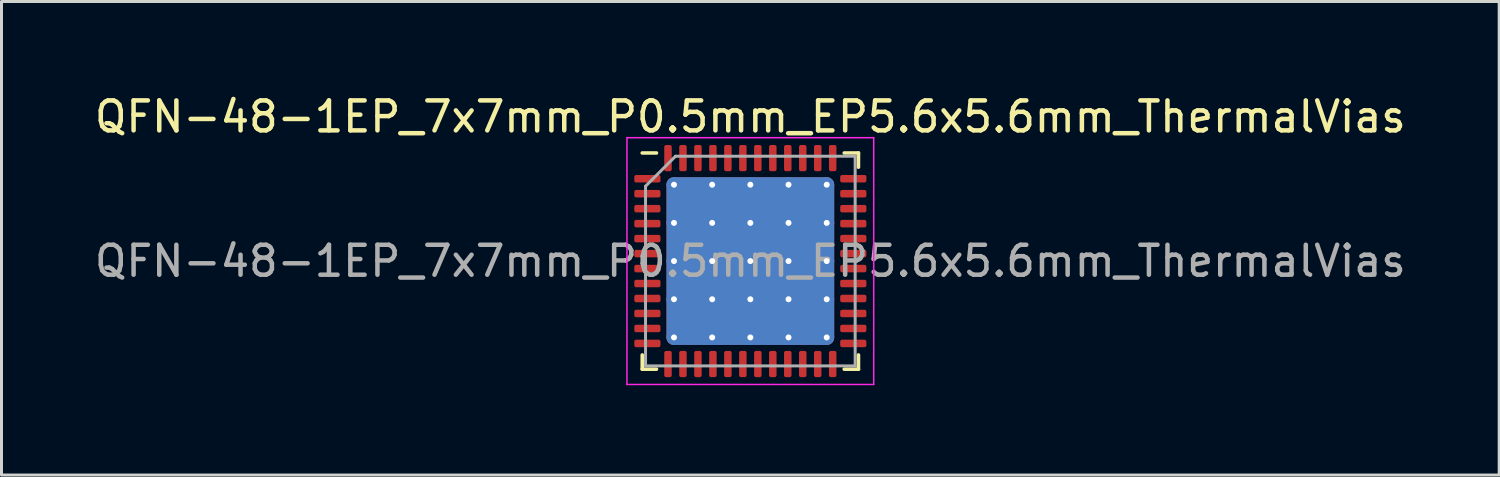
<source format=kicad_pcb>
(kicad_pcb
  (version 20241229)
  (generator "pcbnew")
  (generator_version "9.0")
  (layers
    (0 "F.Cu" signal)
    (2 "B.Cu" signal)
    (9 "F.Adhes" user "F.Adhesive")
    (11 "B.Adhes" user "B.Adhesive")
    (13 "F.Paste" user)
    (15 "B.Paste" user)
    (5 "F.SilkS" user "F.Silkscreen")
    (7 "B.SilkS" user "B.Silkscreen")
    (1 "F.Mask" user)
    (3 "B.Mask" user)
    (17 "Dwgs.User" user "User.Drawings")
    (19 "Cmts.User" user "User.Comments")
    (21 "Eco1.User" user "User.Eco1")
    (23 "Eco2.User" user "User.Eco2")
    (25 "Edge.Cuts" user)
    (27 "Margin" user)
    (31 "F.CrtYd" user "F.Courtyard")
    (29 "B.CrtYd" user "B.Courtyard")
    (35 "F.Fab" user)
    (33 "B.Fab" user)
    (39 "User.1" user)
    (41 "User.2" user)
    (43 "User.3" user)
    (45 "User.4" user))
  (footprint "QFN-48-1EP_7x7mm_P0.5mm_EP5.6x5.6mm_ThermalVias"
    (layer "F.Cu")
    (at 22.006 5.668)
    (property "Reference" "QFN-48-1EP_7x7mm_P0.5mm_EP5.6x5.6mm_ThermalVias" (at 0 -4.82 0) (layer "F.SilkS") (effects (font (size 1 1) (thickness 0.15))))
    (attr smd)
    (fp_line (start -3.61 3.61) (end -3.61 3.135) (stroke (width 0.12) (type solid)) (layer "F.SilkS"))
    (fp_line (start -3.135 -3.61) (end -3.61 -3.61) (stroke (width 0.12) (type solid)) (layer "F.SilkS"))
    (fp_line (start -3.135 3.61) (end -3.61 3.61) (stroke (width 0.12) (type solid)) (layer "F.SilkS"))
    (fp_line (start 3.135 -3.61) (end 3.61 -3.61) (stroke (width 0.12) (type solid)) (layer "F.SilkS"))
    (fp_line (start 3.135 3.61) (end 3.61 3.61) (stroke (width 0.12) (type solid)) (layer "F.SilkS"))
    (fp_line (start 3.61 -3.61) (end 3.61 -3.135) (stroke (width 0.12) (type solid)) (layer "F.SilkS"))
    (fp_line (start 3.61 3.61) (end 3.61 3.135) (stroke (width 0.12) (type solid)) (layer "F.SilkS"))
    (fp_line (start -4.12 -4.12) (end -4.12 4.12) (stroke (width 0.05) (type solid)) (layer "F.CrtYd"))
    (fp_line (start -4.12 4.12) (end 4.12 4.12) (stroke (width 0.05) (type solid)) (layer "F.CrtYd"))
    (fp_line (start 4.12 -4.12) (end -4.12 -4.12) (stroke (width 0.05) (type solid)) (layer "F.CrtYd"))
    (fp_line (start 4.12 4.12) (end 4.12 -4.12) (stroke (width 0.05) (type solid)) (layer "F.CrtYd"))
    (fp_line (start -3.5 -2.5) (end -2.5 -3.5) (stroke (width 0.1) (type solid)) (layer "F.Fab"))
    (fp_line (start -3.5 3.5) (end -3.5 -2.5) (stroke (width 0.1) (type solid)) (layer "F.Fab"))
    (fp_line (start -2.5 -3.5) (end 3.5 -3.5) (stroke (width 0.1) (type solid)) (layer "F.Fab"))
    (fp_line (start 3.5 -3.5) (end 3.5 3.5) (stroke (width 0.1) (type solid)) (layer "F.Fab"))
    (fp_line (start 3.5 3.5) (end -3.5 3.5) (stroke (width 0.1) (type solid)) (layer "F.Fab"))
    (fp_text user "${REFERENCE}" (at 0 0 0) (layer "F.Fab") (effects (font (size 1 1) (thickness 0.15))))
    (pad "" smd roundrect (at -1.913 -1.913) (size 1.084 1.084) (layers "F.Paste") (roundrect_rratio 0.231))
    (pad "" smd roundrect (at -1.913 -0.637) (size 1.084 1.084) (layers "F.Paste") (roundrect_rratio 0.231))
    (pad "" smd roundrect (at -1.913 0.637) (size 1.084 1.084) (layers "F.Paste") (roundrect_rratio 0.231))
    (pad "" smd roundrect (at -1.913 1.913) (size 1.084 1.084) (layers "F.Paste") (roundrect_rratio 0.231))
    (pad "" smd roundrect (at -0.637 -1.913) (size 1.084 1.084) (layers "F.Paste") (roundrect_rratio 0.231))
    (pad "" smd roundrect (at -0.637 -0.637) (size 1.084 1.084) (layers "F.Paste") (roundrect_rratio 0.231))
    (pad "" smd roundrect (at -0.637 0.637) (size 1.084 1.084) (layers "F.Paste") (roundrect_rratio 0.231))
    (pad "" smd roundrect (at -0.637 1.913) (size 1.084 1.084) (layers "F.Paste") (roundrect_rratio 0.231))
    (pad "" smd roundrect (at 0.637 -1.913) (size 1.084 1.084) (layers "F.Paste") (roundrect_rratio 0.231))
    (pad "" smd roundrect (at 0.637 -0.637) (size 1.084 1.084) (layers "F.Paste") (roundrect_rratio 0.231))
    (pad "" smd roundrect (at 0.637 0.637) (size 1.084 1.084) (layers "F.Paste") (roundrect_rratio 0.231))
    (pad "" smd roundrect (at 0.637 1.913) (size 1.084 1.084) (layers "F.Paste") (roundrect_rratio 0.231))
    (pad "" smd roundrect (at 1.913 -1.913) (size 1.084 1.084) (layers "F.Paste") (roundrect_rratio 0.231))
    (pad "" smd roundrect (at 1.913 -0.637) (size 1.084 1.084) (layers "F.Paste") (roundrect_rratio 0.231))
    (pad "" smd roundrect (at 1.913 0.637) (size 1.084 1.084) (layers "F.Paste") (roundrect_rratio 0.231))
    (pad "" smd roundrect (at 1.913 1.913) (size 1.084 1.084) (layers "F.Paste") (roundrect_rratio 0.231))
    (pad "1" smd roundrect (at -3.438 -2.75) (size 0.875 0.25) (layers "F.Cu" "F.Mask" "F.Paste") (roundrect_rratio 0.25))
    (pad "2" smd roundrect (at -3.438 -2.25) (size 0.875 0.25) (layers "F.Cu" "F.Mask" "F.Paste") (roundrect_rratio 0.25))
    (pad "3" smd roundrect (at -3.438 -1.75) (size 0.875 0.25) (layers "F.Cu" "F.Mask" "F.Paste") (roundrect_rratio 0.25))
    (pad "4" smd roundrect (at -3.438 -1.25) (size 0.875 0.25) (layers "F.Cu" "F.Mask" "F.Paste") (roundrect_rratio 0.25))
    (pad "5" smd roundrect (at -3.438 -0.75) (size 0.875 0.25) (layers "F.Cu" "F.Mask" "F.Paste") (roundrect_rratio 0.25))
    (pad "6" smd roundrect (at -3.438 -0.25) (size 0.875 0.25) (layers "F.Cu" "F.Mask" "F.Paste") (roundrect_rratio 0.25))
    (pad "7" smd roundrect (at -3.438 0.25) (size 0.875 0.25) (layers "F.Cu" "F.Mask" "F.Paste") (roundrect_rratio 0.25))
    (pad "8" smd roundrect (at -3.438 0.75) (size 0.875 0.25) (layers "F.Cu" "F.Mask" "F.Paste") (roundrect_rratio 0.25))
    (pad "9" smd roundrect (at -3.438 1.25) (size 0.875 0.25) (layers "F.Cu" "F.Mask" "F.Paste") (roundrect_rratio 0.25))
    (pad "10" smd roundrect (at -3.438 1.75) (size 0.875 0.25) (layers "F.Cu" "F.Mask" "F.Paste") (roundrect_rratio 0.25))
    (pad "11" smd roundrect (at -3.438 2.25) (size 0.875 0.25) (layers "F.Cu" "F.Mask" "F.Paste") (roundrect_rratio 0.25))
    (pad "12" smd roundrect (at -3.438 2.75) (size 0.875 0.25) (layers "F.Cu" "F.Mask" "F.Paste") (roundrect_rratio 0.25))
    (pad "13" smd roundrect (at -2.75 3.438) (size 0.25 0.875) (layers "F.Cu" "F.Mask" "F.Paste") (roundrect_rratio 0.25))
    (pad "14" smd roundrect (at -2.25 3.438) (size 0.25 0.875) (layers "F.Cu" "F.Mask" "F.Paste") (roundrect_rratio 0.25))
    (pad "15" smd roundrect (at -1.75 3.438) (size 0.25 0.875) (layers "F.Cu" "F.Mask" "F.Paste") (roundrect_rratio 0.25))
    (pad "16" smd roundrect (at -1.25 3.438) (size 0.25 0.875) (layers "F.Cu" "F.Mask" "F.Paste") (roundrect_rratio 0.25))
    (pad "17" smd roundrect (at -0.75 3.438) (size 0.25 0.875) (layers "F.Cu" "F.Mask" "F.Paste") (roundrect_rratio 0.25))
    (pad "18" smd roundrect (at -0.25 3.438) (size 0.25 0.875) (layers "F.Cu" "F.Mask" "F.Paste") (roundrect_rratio 0.25))
    (pad "19" smd roundrect (at 0.25 3.438) (size 0.25 0.875) (layers "F.Cu" "F.Mask" "F.Paste") (roundrect_rratio 0.25))
    (pad "20" smd roundrect (at 0.75 3.438) (size 0.25 0.875) (layers "F.Cu" "F.Mask" "F.Paste") (roundrect_rratio 0.25))
    (pad "21" smd roundrect (at 1.25 3.438) (size 0.25 0.875) (layers "F.Cu" "F.Mask" "F.Paste") (roundrect_rratio 0.25))
    (pad "22" smd roundrect (at 1.75 3.438) (size 0.25 0.875) (layers "F.Cu" "F.Mask" "F.Paste") (roundrect_rratio 0.25))
    (pad "23" smd roundrect (at 2.25 3.438) (size 0.25 0.875) (layers "F.Cu" "F.Mask" "F.Paste") (roundrect_rratio 0.25))
    (pad "24" smd roundrect (at 2.75 3.438) (size 0.25 0.875) (layers "F.Cu" "F.Mask" "F.Paste") (roundrect_rratio 0.25))
    (pad "25" smd roundrect (at 3.438 2.75) (size 0.875 0.25) (layers "F.Cu" "F.Mask" "F.Paste") (roundrect_rratio 0.25))
    (pad "26" smd roundrect (at 3.438 2.25) (size 0.875 0.25) (layers "F.Cu" "F.Mask" "F.Paste") (roundrect_rratio 0.25))
    (pad "27" smd roundrect (at 3.438 1.75) (size 0.875 0.25) (layers "F.Cu" "F.Mask" "F.Paste") (roundrect_rratio 0.25))
    (pad "28" smd roundrect (at 3.438 1.25) (size 0.875 0.25) (layers "F.Cu" "F.Mask" "F.Paste") (roundrect_rratio 0.25))
    (pad "29" smd roundrect (at 3.438 0.75) (size 0.875 0.25) (layers "F.Cu" "F.Mask" "F.Paste") (roundrect_rratio 0.25))
    (pad "30" smd roundrect (at 3.438 0.25) (size 0.875 0.25) (layers "F.Cu" "F.Mask" "F.Paste") (roundrect_rratio 0.25))
    (pad "31" smd roundrect (at 3.438 -0.25) (size 0.875 0.25) (layers "F.Cu" "F.Mask" "F.Paste") (roundrect_rratio 0.25))
    (pad "32" smd roundrect (at 3.438 -0.75) (size 0.875 0.25) (layers "F.Cu" "F.Mask" "F.Paste") (roundrect_rratio 0.25))
    (pad "33" smd roundrect (at 3.438 -1.25) (size 0.875 0.25) (layers "F.Cu" "F.Mask" "F.Paste") (roundrect_rratio 0.25))
    (pad "34" smd roundrect (at 3.438 -1.75) (size 0.875 0.25) (layers "F.Cu" "F.Mask" "F.Paste") (roundrect_rratio 0.25))
    (pad "35" smd roundrect (at 3.438 -2.25) (size 0.875 0.25) (layers "F.Cu" "F.Mask" "F.Paste") (roundrect_rratio 0.25))
    (pad "36" smd roundrect (at 3.438 -2.75) (size 0.875 0.25) (layers "F.Cu" "F.Mask" "F.Paste") (roundrect_rratio 0.25))
    (pad "37" smd roundrect (at 2.75 -3.438) (size 0.25 0.875) (layers "F.Cu" "F.Mask" "F.Paste") (roundrect_rratio 0.25))
    (pad "38" smd roundrect (at 2.25 -3.438) (size 0.25 0.875) (layers "F.Cu" "F.Mask" "F.Paste") (roundrect_rratio 0.25))
    (pad "39" smd roundrect (at 1.75 -3.438) (size 0.25 0.875) (layers "F.Cu" "F.Mask" "F.Paste") (roundrect_rratio 0.25))
    (pad "40" smd roundrect (at 1.25 -3.438) (size 0.25 0.875) (layers "F.Cu" "F.Mask" "F.Paste") (roundrect_rratio 0.25))
    (pad "41" smd roundrect (at 0.75 -3.438) (size 0.25 0.875) (layers "F.Cu" "F.Mask" "F.Paste") (roundrect_rratio 0.25))
    (pad "42" smd roundrect (at 0.25 -3.438) (size 0.25 0.875) (layers "F.Cu" "F.Mask" "F.Paste") (roundrect_rratio 0.25))
    (pad "43" smd roundrect (at -0.25 -3.438) (size 0.25 0.875) (layers "F.Cu" "F.Mask" "F.Paste") (roundrect_rratio 0.25))
    (pad "44" smd roundrect (at -0.75 -3.438) (size 0.25 0.875) (layers "F.Cu" "F.Mask" "F.Paste") (roundrect_rratio 0.25))
    (pad "45" smd roundrect (at -1.25 -3.438) (size 0.25 0.875) (layers "F.Cu" "F.Mask" "F.Paste") (roundrect_rratio 0.25))
    (pad "46" smd roundrect (at -1.75 -3.438) (size 0.25 0.875) (layers "F.Cu" "F.Mask" "F.Paste") (roundrect_rratio 0.25))
    (pad "47" smd roundrect (at -2.25 -3.438) (size 0.25 0.875) (layers "F.Cu" "F.Mask" "F.Paste") (roundrect_rratio 0.25))
    (pad "48" smd roundrect (at -2.75 -3.438) (size 0.25 0.875) (layers "F.Cu" "F.Mask" "F.Paste") (roundrect_rratio 0.25))
    (pad "49" thru_hole circle (at -2.55 -2.55) (size 0.5 0.5) (drill 0.2) (layers "*.Cu"))
    (pad "49" thru_hole circle (at -2.55 -1.275) (size 0.5 0.5) (drill 0.2) (layers "*.Cu"))
    (pad "49" thru_hole circle (at -2.55 0) (size 0.5 0.5) (drill 0.2) (layers "*.Cu"))
    (pad "49" thru_hole circle (at -2.55 1.275) (size 0.5 0.5) (drill 0.2) (layers "*.Cu"))
    (pad "49" thru_hole circle (at -2.55 2.55) (size 0.5 0.5) (drill 0.2) (layers "*.Cu"))
    (pad "49" thru_hole circle (at -1.275 -2.55) (size 0.5 0.5) (drill 0.2) (layers "*.Cu"))
    (pad "49" thru_hole circle (at -1.275 -1.275) (size 0.5 0.5) (drill 0.2) (layers "*.Cu"))
    (pad "49" thru_hole circle (at -1.275 0) (size 0.5 0.5) (drill 0.2) (layers "*.Cu"))
    (pad "49" thru_hole circle (at -1.275 1.275) (size 0.5 0.5) (drill 0.2) (layers "*.Cu"))
    (pad "49" thru_hole circle (at -1.275 2.55) (size 0.5 0.5) (drill 0.2) (layers "*.Cu"))
    (pad "49" thru_hole circle (at 0 -2.55) (size 0.5 0.5) (drill 0.2) (layers "*.Cu"))
    (pad "49" thru_hole circle (at 0 -1.275) (size 0.5 0.5) (drill 0.2) (layers "*.Cu"))
    (pad "49" thru_hole circle (at 0 0) (size 0.5 0.5) (drill 0.2) (layers "*.Cu"))
    (pad "49" smd roundrect (at 0 0) (size 5.6 5.6) (layers "F.Cu" "F.Mask") (roundrect_rratio 0.045))
    (pad "49" smd roundrect (at 0 0) (size 5.6 5.6) (layers "B.Cu") (roundrect_rratio 0.045))
    (pad "49" thru_hole circle (at 0 1.275) (size 0.5 0.5) (drill 0.2) (layers "*.Cu"))
    (pad "49" thru_hole circle (at 0 2.55) (size 0.5 0.5) (drill 0.2) (layers "*.Cu"))
    (pad "49" thru_hole circle (at 1.275 -2.55) (size 0.5 0.5) (drill 0.2) (layers "*.Cu"))
    (pad "49" thru_hole circle (at 1.275 -1.275) (size 0.5 0.5) (drill 0.2) (layers "*.Cu"))
    (pad "49" thru_hole circle (at 1.275 0) (size 0.5 0.5) (drill 0.2) (layers "*.Cu"))
    (pad "49" thru_hole circle (at 1.275 1.275) (size 0.5 0.5) (drill 0.2) (layers "*.Cu"))
    (pad "49" thru_hole circle (at 1.275 2.55) (size 0.5 0.5) (drill 0.2) (layers "*.Cu"))
    (pad "49" thru_hole circle (at 2.55 -2.55) (size 0.5 0.5) (drill 0.2) (layers "*.Cu"))
    (pad "49" thru_hole circle (at 2.55 -1.275) (size 0.5 0.5) (drill 0.2) (layers "*.Cu"))
    (pad "49" thru_hole circle (at 2.55 0) (size 0.5 0.5) (drill 0.2) (layers "*.Cu"))
    (pad "49" thru_hole circle (at 2.55 1.275) (size 0.5 0.5) (drill 0.2) (layers "*.Cu"))
    (pad "49" thru_hole circle (at 2.55 2.55) (size 0.5 0.5) (drill 0.2) (layers "*.Cu")))
  (gr_rect
    (start -3 -3)
    (end 47.012 12.813)
    (stroke (width 0.1) (type default))
    (fill no)
    (layer "Edge.Cuts")))
</source>
